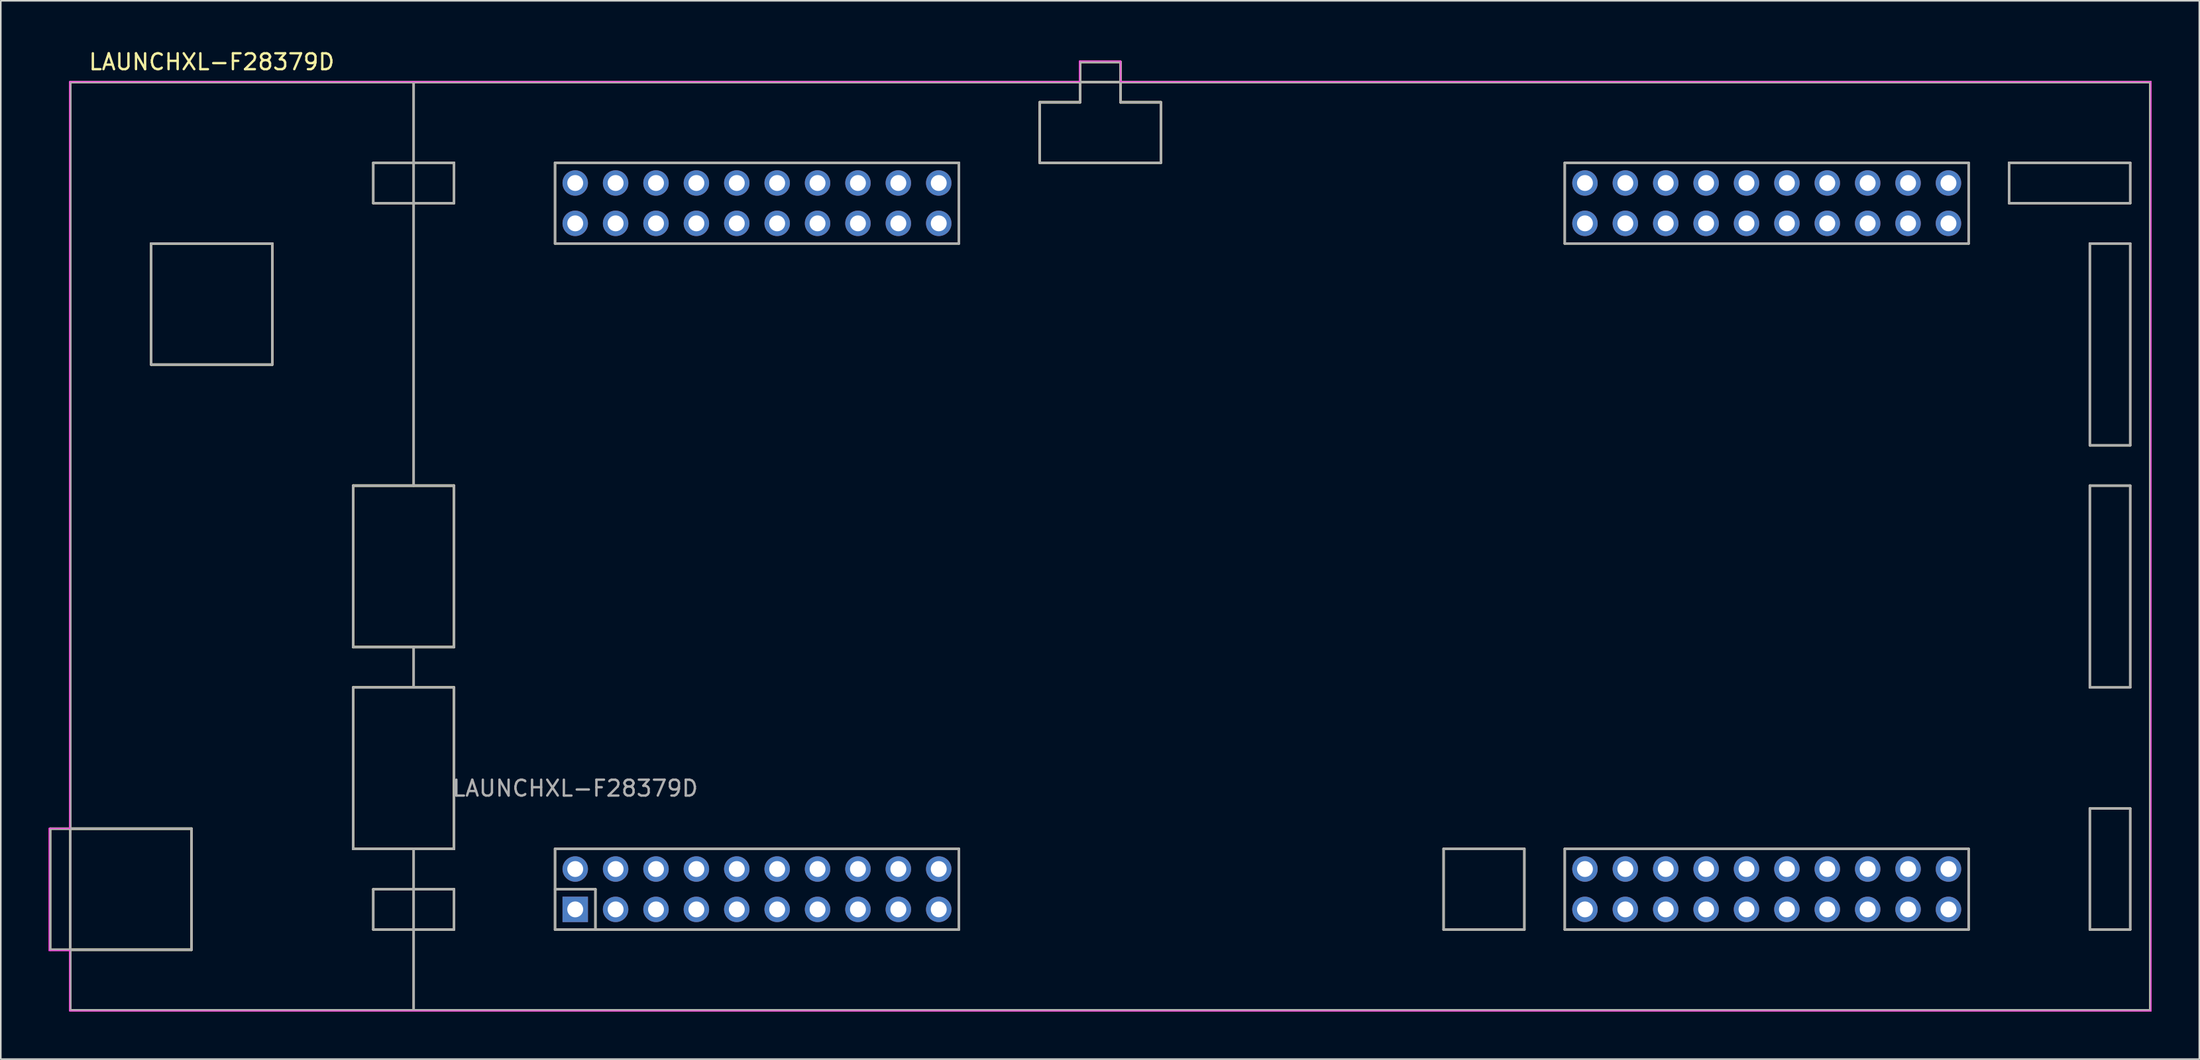
<source format=kicad_pcb>
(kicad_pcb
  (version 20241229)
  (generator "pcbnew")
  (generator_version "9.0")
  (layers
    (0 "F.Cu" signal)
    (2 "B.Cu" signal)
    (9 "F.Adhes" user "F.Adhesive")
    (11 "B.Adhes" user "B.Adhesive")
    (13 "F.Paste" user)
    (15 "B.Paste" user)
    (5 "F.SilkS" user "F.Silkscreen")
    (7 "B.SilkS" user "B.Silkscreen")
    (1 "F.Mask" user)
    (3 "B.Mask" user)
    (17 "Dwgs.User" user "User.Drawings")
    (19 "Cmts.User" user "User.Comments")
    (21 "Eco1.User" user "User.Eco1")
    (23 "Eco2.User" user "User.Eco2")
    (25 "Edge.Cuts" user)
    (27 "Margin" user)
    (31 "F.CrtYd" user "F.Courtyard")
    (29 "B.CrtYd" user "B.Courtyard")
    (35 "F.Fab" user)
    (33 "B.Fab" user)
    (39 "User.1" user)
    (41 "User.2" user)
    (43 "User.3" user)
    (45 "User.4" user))
  (footprint "LAUNCHXL-F28379D"
    (layer "F.Cu")
    (at 33.125 54.188)
    (property "Reference" "LAUNCHXL-F28379D" (at -22.86 -53.34 0) (layer "F.SilkS") (effects (font (size 1 1) (thickness 0.15))))
    (attr through_hole)
    (fp_line (start -33.02 -5.08) (end -33.02 2.54) (stroke (width 0.15) (type solid)) (layer "F.SilkS"))
    (fp_line (start -33.02 2.54) (end -31.75 2.54) (stroke (width 0.15) (type solid)) (layer "F.SilkS"))
    (fp_line (start -31.75 -52.07) (end 99.06 -52.07) (stroke (width 0.15) (type solid)) (layer "F.SilkS"))
    (fp_line (start -31.75 -52.07) (end 99.06 -52.07) (stroke (width 0.15) (type solid)) (layer "F.SilkS"))
    (fp_line (start -31.75 -5.08) (end -33.02 -5.08) (stroke (width 0.15) (type solid)) (layer "F.SilkS"))
    (fp_line (start -31.75 2.54) (end -24.13 2.54) (stroke (width 0.15) (type solid)) (layer "F.SilkS"))
    (fp_line (start -31.75 2.54) (end -24.13 2.54) (stroke (width 0.15) (type solid)) (layer "F.SilkS"))
    (fp_line (start -31.75 6.35) (end -31.75 -52.07) (stroke (width 0.15) (type solid)) (layer "F.SilkS"))
    (fp_line (start -31.75 6.35) (end -31.75 -52.07) (stroke (width 0.15) (type solid)) (layer "F.SilkS"))
    (fp_line (start -26.67 -41.91) (end -26.67 -34.29) (stroke (width 0.15) (type solid)) (layer "F.SilkS"))
    (fp_line (start -26.67 -41.91) (end -26.67 -34.29) (stroke (width 0.15) (type solid)) (layer "F.SilkS"))
    (fp_line (start -26.67 -34.29) (end -19.05 -34.29) (stroke (width 0.15) (type solid)) (layer "F.SilkS"))
    (fp_line (start -26.67 -34.29) (end -19.05 -34.29) (stroke (width 0.15) (type solid)) (layer "F.SilkS"))
    (fp_line (start -24.13 -5.08) (end -31.75 -5.08) (stroke (width 0.15) (type solid)) (layer "F.SilkS"))
    (fp_line (start -24.13 -5.08) (end -31.75 -5.08) (stroke (width 0.15) (type solid)) (layer "F.SilkS"))
    (fp_line (start -24.13 2.54) (end -24.13 -5.08) (stroke (width 0.15) (type solid)) (layer "F.SilkS"))
    (fp_line (start -24.13 2.54) (end -24.13 -5.08) (stroke (width 0.15) (type solid)) (layer "F.SilkS"))
    (fp_line (start -19.05 -41.91) (end -26.67 -41.91) (stroke (width 0.15) (type solid)) (layer "F.SilkS"))
    (fp_line (start -19.05 -41.91) (end -26.67 -41.91) (stroke (width 0.15) (type solid)) (layer "F.SilkS"))
    (fp_line (start -19.05 -34.29) (end -19.05 -41.91) (stroke (width 0.15) (type solid)) (layer "F.SilkS"))
    (fp_line (start -19.05 -34.29) (end -19.05 -41.91) (stroke (width 0.15) (type solid)) (layer "F.SilkS"))
    (fp_line (start -13.97 -26.67) (end -13.97 -16.51) (stroke (width 0.15) (type solid)) (layer "F.SilkS"))
    (fp_line (start -13.97 -26.67) (end -13.97 -16.51) (stroke (width 0.15) (type solid)) (layer "F.SilkS"))
    (fp_line (start -13.97 -16.51) (end -7.62 -16.51) (stroke (width 0.15) (type solid)) (layer "F.SilkS"))
    (fp_line (start -13.97 -16.51) (end -7.62 -16.51) (stroke (width 0.15) (type solid)) (layer "F.SilkS"))
    (fp_line (start -13.97 -13.97) (end -13.97 -3.81) (stroke (width 0.15) (type solid)) (layer "F.SilkS"))
    (fp_line (start -13.97 -13.97) (end -13.97 -3.81) (stroke (width 0.15) (type solid)) (layer "F.SilkS"))
    (fp_line (start -13.97 -3.81) (end -7.62 -3.81) (stroke (width 0.15) (type solid)) (layer "F.SilkS"))
    (fp_line (start -13.97 -3.81) (end -7.62 -3.81) (stroke (width 0.15) (type solid)) (layer "F.SilkS"))
    (fp_line (start -12.7 -46.99) (end -7.62 -46.99) (stroke (width 0.15) (type solid)) (layer "F.SilkS"))
    (fp_line (start -12.7 -44.45) (end -12.7 -46.99) (stroke (width 0.15) (type solid)) (layer "F.SilkS"))
    (fp_line (start -12.7 -1.27) (end -12.7 1.27) (stroke (width 0.15) (type solid)) (layer "F.SilkS"))
    (fp_line (start -12.7 1.27) (end -7.62 1.27) (stroke (width 0.15) (type solid)) (layer "F.SilkS"))
    (fp_line (start -10.16 -26.67) (end -10.16 -52.07) (stroke (width 0.15) (type solid)) (layer "F.SilkS"))
    (fp_line (start -10.16 -13.97) (end -10.16 -16.51) (stroke (width 0.15) (type solid)) (layer "F.SilkS"))
    (fp_line (start -10.16 6.35) (end -10.16 -3.81) (stroke (width 0.15) (type solid)) (layer "F.SilkS"))
    (fp_line (start -7.62 -46.99) (end -7.62 -44.45) (stroke (width 0.15) (type solid)) (layer "F.SilkS"))
    (fp_line (start -7.62 -44.45) (end -12.7 -44.45) (stroke (width 0.15) (type solid)) (layer "F.SilkS"))
    (fp_line (start -7.62 -26.67) (end -13.97 -26.67) (stroke (width 0.15) (type solid)) (layer "F.SilkS"))
    (fp_line (start -7.62 -26.67) (end -13.97 -26.67) (stroke (width 0.15) (type solid)) (layer "F.SilkS"))
    (fp_line (start -7.62 -16.51) (end -7.62 -26.67) (stroke (width 0.15) (type solid)) (layer "F.SilkS"))
    (fp_line (start -7.62 -16.51) (end -7.62 -26.67) (stroke (width 0.15) (type solid)) (layer "F.SilkS"))
    (fp_line (start -7.62 -13.97) (end -13.97 -13.97) (stroke (width 0.15) (type solid)) (layer "F.SilkS"))
    (fp_line (start -7.62 -13.97) (end -13.97 -13.97) (stroke (width 0.15) (type solid)) (layer "F.SilkS"))
    (fp_line (start -7.62 -3.81) (end -7.62 -13.97) (stroke (width 0.15) (type solid)) (layer "F.SilkS"))
    (fp_line (start -7.62 -3.81) (end -7.62 -13.97) (stroke (width 0.15) (type solid)) (layer "F.SilkS"))
    (fp_line (start -7.62 -1.27) (end -12.7 -1.27) (stroke (width 0.15) (type solid)) (layer "F.SilkS"))
    (fp_line (start -7.62 1.27) (end -7.62 -1.27) (stroke (width 0.15) (type solid)) (layer "F.SilkS"))
    (fp_line (start -1.27 -46.99) (end 24.13 -46.99) (stroke (width 0.15) (type solid)) (layer "F.SilkS"))
    (fp_line (start -1.27 -41.91) (end -1.27 -46.99) (stroke (width 0.15) (type solid)) (layer "F.SilkS"))
    (fp_line (start -1.27 -3.81) (end -1.27 1.27) (stroke (width 0.15) (type solid)) (layer "F.SilkS"))
    (fp_line (start -1.27 -1.27) (end 1.27 -1.27) (stroke (width 0.15) (type solid)) (layer "F.SilkS"))
    (fp_line (start -1.27 1.27) (end 24.13 1.27) (stroke (width 0.15) (type solid)) (layer "F.SilkS"))
    (fp_line (start 0 6.35) (end -31.75 6.35) (stroke (width 0.15) (type solid)) (layer "F.SilkS"))
    (fp_line (start 0 6.35) (end -31.75 6.35) (stroke (width 0.15) (type solid)) (layer "F.SilkS"))
    (fp_line (start 1.27 -1.27) (end 1.27 1.27) (stroke (width 0.15) (type solid)) (layer "F.SilkS"))
    (fp_line (start 24.13 -46.99) (end 24.13 -41.91) (stroke (width 0.15) (type solid)) (layer "F.SilkS"))
    (fp_line (start 24.13 -41.91) (end -1.27 -41.91) (stroke (width 0.15) (type solid)) (layer "F.SilkS"))
    (fp_line (start 24.13 -3.81) (end -1.27 -3.81) (stroke (width 0.15) (type solid)) (layer "F.SilkS"))
    (fp_line (start 24.13 1.27) (end 24.13 -3.81) (stroke (width 0.15) (type solid)) (layer "F.SilkS"))
    (fp_line (start 29.21 -50.8) (end 31.75 -50.8) (stroke (width 0.15) (type solid)) (layer "F.SilkS"))
    (fp_line (start 29.21 -50.8) (end 31.75 -50.8) (stroke (width 0.15) (type solid)) (layer "F.SilkS"))
    (fp_line (start 29.21 -46.99) (end 29.21 -50.8) (stroke (width 0.15) (type solid)) (layer "F.SilkS"))
    (fp_line (start 29.21 -46.99) (end 29.21 -50.8) (stroke (width 0.15) (type solid)) (layer "F.SilkS"))
    (fp_line (start 31.75 -53.34) (end 34.29 -53.34) (stroke (width 0.15) (type solid)) (layer "F.SilkS"))
    (fp_line (start 31.75 -53.34) (end 34.29 -53.34) (stroke (width 0.15) (type solid)) (layer "F.SilkS"))
    (fp_line (start 31.75 -50.8) (end 31.75 -53.34) (stroke (width 0.15) (type solid)) (layer "F.SilkS"))
    (fp_line (start 31.75 -50.8) (end 31.75 -53.34) (stroke (width 0.15) (type solid)) (layer "F.SilkS"))
    (fp_line (start 34.29 -53.34) (end 34.29 -50.8) (stroke (width 0.15) (type solid)) (layer "F.SilkS"))
    (fp_line (start 34.29 -53.34) (end 34.29 -50.8) (stroke (width 0.15) (type solid)) (layer "F.SilkS"))
    (fp_line (start 34.29 -50.8) (end 36.83 -50.8) (stroke (width 0.15) (type solid)) (layer "F.SilkS"))
    (fp_line (start 34.29 -50.8) (end 36.83 -50.8) (stroke (width 0.15) (type solid)) (layer "F.SilkS"))
    (fp_line (start 36.83 -50.8) (end 36.83 -46.99) (stroke (width 0.15) (type solid)) (layer "F.SilkS"))
    (fp_line (start 36.83 -50.8) (end 36.83 -46.99) (stroke (width 0.15) (type solid)) (layer "F.SilkS"))
    (fp_line (start 36.83 -46.99) (end 29.21 -46.99) (stroke (width 0.15) (type solid)) (layer "F.SilkS"))
    (fp_line (start 36.83 -46.99) (end 29.21 -46.99) (stroke (width 0.15) (type solid)) (layer "F.SilkS"))
    (fp_line (start 54.61 -3.81) (end 54.61 1.27) (stroke (width 0.15) (type solid)) (layer "F.SilkS"))
    (fp_line (start 54.61 1.27) (end 59.69 1.27) (stroke (width 0.15) (type solid)) (layer "F.SilkS"))
    (fp_line (start 59.69 -3.81) (end 54.61 -3.81) (stroke (width 0.15) (type solid)) (layer "F.SilkS"))
    (fp_line (start 59.69 1.27) (end 59.69 -3.81) (stroke (width 0.15) (type solid)) (layer "F.SilkS"))
    (fp_line (start 62.23 -46.99) (end 62.23 -41.91) (stroke (width 0.15) (type solid)) (layer "F.SilkS"))
    (fp_line (start 62.23 -41.91) (end 87.63 -41.91) (stroke (width 0.15) (type solid)) (layer "F.SilkS"))
    (fp_line (start 62.23 -3.81) (end 62.23 1.27) (stroke (width 0.15) (type solid)) (layer "F.SilkS"))
    (fp_line (start 62.23 1.27) (end 87.63 1.27) (stroke (width 0.15) (type solid)) (layer "F.SilkS"))
    (fp_line (start 87.63 -46.99) (end 62.23 -46.99) (stroke (width 0.15) (type solid)) (layer "F.SilkS"))
    (fp_line (start 87.63 -41.91) (end 87.63 -46.99) (stroke (width 0.15) (type solid)) (layer "F.SilkS"))
    (fp_line (start 87.63 -3.81) (end 62.23 -3.81) (stroke (width 0.15) (type solid)) (layer "F.SilkS"))
    (fp_line (start 87.63 1.27) (end 87.63 -3.81) (stroke (width 0.15) (type solid)) (layer "F.SilkS"))
    (fp_line (start 90.17 -46.99) (end 90.17 -44.45) (stroke (width 0.15) (type solid)) (layer "F.SilkS"))
    (fp_line (start 90.17 -44.45) (end 97.79 -44.45) (stroke (width 0.15) (type solid)) (layer "F.SilkS"))
    (fp_line (start 95.25 -41.91) (end 97.79 -41.91) (stroke (width 0.15) (type solid)) (layer "F.SilkS"))
    (fp_line (start 95.25 -29.21) (end 95.25 -41.91) (stroke (width 0.15) (type solid)) (layer "F.SilkS"))
    (fp_line (start 95.25 -26.67) (end 97.79 -26.67) (stroke (width 0.15) (type solid)) (layer "F.SilkS"))
    (fp_line (start 95.25 -13.97) (end 95.25 -26.67) (stroke (width 0.15) (type solid)) (layer "F.SilkS"))
    (fp_line (start 95.25 -6.35) (end 95.25 1.27) (stroke (width 0.15) (type solid)) (layer "F.SilkS"))
    (fp_line (start 95.25 1.27) (end 97.79 1.27) (stroke (width 0.15) (type solid)) (layer "F.SilkS"))
    (fp_line (start 97.79 -46.99) (end 90.17 -46.99) (stroke (width 0.15) (type solid)) (layer "F.SilkS"))
    (fp_line (start 97.79 -44.45) (end 97.79 -46.99) (stroke (width 0.15) (type solid)) (layer "F.SilkS"))
    (fp_line (start 97.79 -41.91) (end 97.79 -29.21) (stroke (width 0.15) (type solid)) (layer "F.SilkS"))
    (fp_line (start 97.79 -29.21) (end 95.25 -29.21) (stroke (width 0.15) (type solid)) (layer "F.SilkS"))
    (fp_line (start 97.79 -26.67) (end 97.79 -13.97) (stroke (width 0.15) (type solid)) (layer "F.SilkS"))
    (fp_line (start 97.79 -13.97) (end 95.25 -13.97) (stroke (width 0.15) (type solid)) (layer "F.SilkS"))
    (fp_line (start 97.79 -6.35) (end 95.25 -6.35) (stroke (width 0.15) (type solid)) (layer "F.SilkS"))
    (fp_line (start 97.79 1.27) (end 97.79 -6.35) (stroke (width 0.15) (type solid)) (layer "F.SilkS"))
    (fp_line (start 99.06 -52.07) (end 99.06 6.35) (stroke (width 0.15) (type solid)) (layer "F.SilkS"))
    (fp_line (start 99.06 -52.07) (end 99.06 6.35) (stroke (width 0.15) (type solid)) (layer "F.SilkS"))
    (fp_line (start 99.06 6.35) (end 0 6.35) (stroke (width 0.15) (type solid)) (layer "F.SilkS"))
    (fp_line (start 99.06 6.35) (end 0 6.35) (stroke (width 0.15) (type solid)) (layer "F.SilkS"))
    (fp_line (start -33.1 -5.1) (end -31.8 -5.1) (stroke (width 0.05) (type solid)) (layer "F.CrtYd"))
    (fp_line (start -33.1 2.6) (end -33.1 -5.1) (stroke (width 0.05) (type solid)) (layer "F.CrtYd"))
    (fp_line (start -31.8 -52.1) (end 31.7 -52.1) (stroke (width 0.05) (type solid)) (layer "F.CrtYd"))
    (fp_line (start -31.8 -5.1) (end -31.8 -52.1) (stroke (width 0.05) (type solid)) (layer "F.CrtYd"))
    (fp_line (start -31.8 2.6) (end -33.1 2.6) (stroke (width 0.05) (type solid)) (layer "F.CrtYd"))
    (fp_line (start -31.8 6.4) (end -31.8 2.6) (stroke (width 0.05) (type solid)) (layer "F.CrtYd"))
    (fp_line (start 31.7 -53.4) (end 34.3 -53.4) (stroke (width 0.05) (type solid)) (layer "F.CrtYd"))
    (fp_line (start 31.7 -52.1) (end 31.7 -53.4) (stroke (width 0.05) (type solid)) (layer "F.CrtYd"))
    (fp_line (start 34.3 -53.4) (end 34.3 -52.1) (stroke (width 0.05) (type solid)) (layer "F.CrtYd"))
    (fp_line (start 34.3 -52.1) (end 99.1 -52.1) (stroke (width 0.05) (type solid)) (layer "F.CrtYd"))
    (fp_line (start 99.1 -52.1) (end 99.1 6.4) (stroke (width 0.05) (type solid)) (layer "F.CrtYd"))
    (fp_line (start 99.1 6.4) (end -31.8 6.4) (stroke (width 0.05) (type solid)) (layer "F.CrtYd"))
    (fp_line (start -33.02 -5.08) (end -24.13 -5.08) (stroke (width 0.15) (type solid)) (layer "F.Fab"))
    (fp_line (start -33.02 2.54) (end -33.02 -5.08) (stroke (width 0.15) (type solid)) (layer "F.Fab"))
    (fp_line (start -31.75 -52.07) (end 99.06 -52.07) (stroke (width 0.15) (type solid)) (layer "F.Fab"))
    (fp_line (start -31.75 6.35) (end -31.75 -52.07) (stroke (width 0.15) (type solid)) (layer "F.Fab"))
    (fp_line (start -26.67 -41.91) (end -26.67 -34.29) (stroke (width 0.15) (type solid)) (layer "F.Fab"))
    (fp_line (start -26.67 -34.29) (end -19.05 -34.29) (stroke (width 0.15) (type solid)) (layer "F.Fab"))
    (fp_line (start -24.13 -5.08) (end -24.13 2.54) (stroke (width 0.15) (type solid)) (layer "F.Fab"))
    (fp_line (start -24.13 2.54) (end -33.02 2.54) (stroke (width 0.15) (type solid)) (layer "F.Fab"))
    (fp_line (start -19.05 -41.91) (end -26.67 -41.91) (stroke (width 0.15) (type solid)) (layer "F.Fab"))
    (fp_line (start -19.05 -34.29) (end -19.05 -41.91) (stroke (width 0.15) (type solid)) (layer "F.Fab"))
    (fp_line (start -13.97 -26.67) (end -13.97 -16.51) (stroke (width 0.15) (type solid)) (layer "F.Fab"))
    (fp_line (start -13.97 -16.51) (end -7.62 -16.51) (stroke (width 0.15) (type solid)) (layer "F.Fab"))
    (fp_line (start -13.97 -13.97) (end -13.97 -3.81) (stroke (width 0.15) (type solid)) (layer "F.Fab"))
    (fp_line (start -13.97 -3.81) (end -7.62 -3.81) (stroke (width 0.15) (type solid)) (layer "F.Fab"))
    (fp_line (start -12.7 -46.99) (end -7.62 -46.99) (stroke (width 0.15) (type solid)) (layer "F.Fab"))
    (fp_line (start -12.7 -44.45) (end -12.7 -46.99) (stroke (width 0.15) (type solid)) (layer "F.Fab"))
    (fp_line (start -12.7 -1.27) (end -12.7 1.27) (stroke (width 0.15) (type solid)) (layer "F.Fab"))
    (fp_line (start -12.7 1.27) (end -7.62 1.27) (stroke (width 0.15) (type solid)) (layer "F.Fab"))
    (fp_line (start -10.16 -26.67) (end -10.16 -52.07) (stroke (width 0.15) (type solid)) (layer "F.Fab"))
    (fp_line (start -10.16 -16.51) (end -10.16 -13.97) (stroke (width 0.15) (type solid)) (layer "F.Fab"))
    (fp_line (start -10.16 -3.81) (end -10.16 6.35) (stroke (width 0.15) (type solid)) (layer "F.Fab"))
    (fp_line (start -7.62 -46.99) (end -7.62 -44.45) (stroke (width 0.15) (type solid)) (layer "F.Fab"))
    (fp_line (start -7.62 -44.45) (end -12.7 -44.45) (stroke (width 0.15) (type solid)) (layer "F.Fab"))
    (fp_line (start -7.62 -26.67) (end -13.97 -26.67) (stroke (width 0.15) (type solid)) (layer "F.Fab"))
    (fp_line (start -7.62 -16.51) (end -7.62 -26.67) (stroke (width 0.15) (type solid)) (layer "F.Fab"))
    (fp_line (start -7.62 -13.97) (end -13.97 -13.97) (stroke (width 0.15) (type solid)) (layer "F.Fab"))
    (fp_line (start -7.62 -3.81) (end -7.62 -13.97) (stroke (width 0.15) (type solid)) (layer "F.Fab"))
    (fp_line (start -7.62 -1.27) (end -12.7 -1.27) (stroke (width 0.15) (type solid)) (layer "F.Fab"))
    (fp_line (start -7.62 1.27) (end -7.62 -1.27) (stroke (width 0.15) (type solid)) (layer "F.Fab"))
    (fp_line (start -1.27 -46.99) (end -1.27 -41.91) (stroke (width 0.15) (type solid)) (layer "F.Fab"))
    (fp_line (start -1.27 -41.91) (end 24.13 -41.91) (stroke (width 0.15) (type solid)) (layer "F.Fab"))
    (fp_line (start -1.27 -3.81) (end -1.27 1.27) (stroke (width 0.15) (type solid)) (layer "F.Fab"))
    (fp_line (start -1.27 -1.27) (end 1.27 -1.27) (stroke (width 0.15) (type solid)) (layer "F.Fab"))
    (fp_line (start -1.27 1.27) (end 24.13 1.27) (stroke (width 0.15) (type solid)) (layer "F.Fab"))
    (fp_line (start 1.27 -1.27) (end 1.27 1.27) (stroke (width 0.15) (type solid)) (layer "F.Fab"))
    (fp_line (start 24.13 -46.99) (end -1.27 -46.99) (stroke (width 0.15) (type solid)) (layer "F.Fab"))
    (fp_line (start 24.13 -41.91) (end 24.13 -46.99) (stroke (width 0.15) (type solid)) (layer "F.Fab"))
    (fp_line (start 24.13 -3.81) (end -1.27 -3.81) (stroke (width 0.15) (type solid)) (layer "F.Fab"))
    (fp_line (start 24.13 1.27) (end 24.13 -3.81) (stroke (width 0.15) (type solid)) (layer "F.Fab"))
    (fp_line (start 29.21 -50.8) (end 29.21 -46.99) (stroke (width 0.15) (type solid)) (layer "F.Fab"))
    (fp_line (start 29.21 -46.99) (end 36.83 -46.99) (stroke (width 0.15) (type solid)) (layer "F.Fab"))
    (fp_line (start 31.75 -53.34) (end 31.75 -50.8) (stroke (width 0.15) (type solid)) (layer "F.Fab"))
    (fp_line (start 31.75 -50.8) (end 29.21 -50.8) (stroke (width 0.15) (type solid)) (layer "F.Fab"))
    (fp_line (start 34.29 -53.34) (end 31.75 -53.34) (stroke (width 0.15) (type solid)) (layer "F.Fab"))
    (fp_line (start 34.29 -50.8) (end 34.29 -53.34) (stroke (width 0.15) (type solid)) (layer "F.Fab"))
    (fp_line (start 36.83 -50.8) (end 34.29 -50.8) (stroke (width 0.15) (type solid)) (layer "F.Fab"))
    (fp_line (start 36.83 -46.99) (end 36.83 -50.8) (stroke (width 0.15) (type solid)) (layer "F.Fab"))
    (fp_line (start 54.61 -3.81) (end 59.69 -3.81) (stroke (width 0.15) (type solid)) (layer "F.Fab"))
    (fp_line (start 54.61 1.27) (end 54.61 -3.81) (stroke (width 0.15) (type solid)) (layer "F.Fab"))
    (fp_line (start 59.69 -3.81) (end 59.69 1.27) (stroke (width 0.15) (type solid)) (layer "F.Fab"))
    (fp_line (start 59.69 1.27) (end 54.61 1.27) (stroke (width 0.15) (type solid)) (layer "F.Fab"))
    (fp_line (start 62.23 -46.99) (end 62.23 -41.91) (stroke (width 0.15) (type solid)) (layer "F.Fab"))
    (fp_line (start 62.23 -41.91) (end 87.63 -41.91) (stroke (width 0.15) (type solid)) (layer "F.Fab"))
    (fp_line (start 62.23 -3.81) (end 87.63 -3.81) (stroke (width 0.15) (type solid)) (layer "F.Fab"))
    (fp_line (start 62.23 1.27) (end 62.23 -3.81) (stroke (width 0.15) (type solid)) (layer "F.Fab"))
    (fp_line (start 87.63 -46.99) (end 62.23 -46.99) (stroke (width 0.15) (type solid)) (layer "F.Fab"))
    (fp_line (start 87.63 -41.91) (end 87.63 -46.99) (stroke (width 0.15) (type solid)) (layer "F.Fab"))
    (fp_line (start 87.63 -3.81) (end 87.63 1.27) (stroke (width 0.15) (type solid)) (layer "F.Fab"))
    (fp_line (start 87.63 1.27) (end 62.23 1.27) (stroke (width 0.15) (type solid)) (layer "F.Fab"))
    (fp_line (start 90.17 -46.99) (end 90.17 -44.45) (stroke (width 0.15) (type solid)) (layer "F.Fab"))
    (fp_line (start 90.17 -44.45) (end 97.79 -44.45) (stroke (width 0.15) (type solid)) (layer "F.Fab"))
    (fp_line (start 95.25 -41.91) (end 95.25 -29.21) (stroke (width 0.15) (type solid)) (layer "F.Fab"))
    (fp_line (start 95.25 -29.21) (end 97.79 -29.21) (stroke (width 0.15) (type solid)) (layer "F.Fab"))
    (fp_line (start 95.25 -26.67) (end 95.25 -13.97) (stroke (width 0.15) (type solid)) (layer "F.Fab"))
    (fp_line (start 95.25 -13.97) (end 97.79 -13.97) (stroke (width 0.15) (type solid)) (layer "F.Fab"))
    (fp_line (start 95.25 -6.35) (end 95.25 1.27) (stroke (width 0.15) (type solid)) (layer "F.Fab"))
    (fp_line (start 95.25 1.27) (end 97.79 1.27) (stroke (width 0.15) (type solid)) (layer "F.Fab"))
    (fp_line (start 97.79 -46.99) (end 90.17 -46.99) (stroke (width 0.15) (type solid)) (layer "F.Fab"))
    (fp_line (start 97.79 -44.45) (end 97.79 -46.99) (stroke (width 0.15) (type solid)) (layer "F.Fab"))
    (fp_line (start 97.79 -41.91) (end 95.25 -41.91) (stroke (width 0.15) (type solid)) (layer "F.Fab"))
    (fp_line (start 97.79 -29.21) (end 97.79 -41.91) (stroke (width 0.15) (type solid)) (layer "F.Fab"))
    (fp_line (start 97.79 -26.67) (end 95.25 -26.67) (stroke (width 0.15) (type solid)) (layer "F.Fab"))
    (fp_line (start 97.79 -13.97) (end 97.79 -26.67) (stroke (width 0.15) (type solid)) (layer "F.Fab"))
    (fp_line (start 97.79 -6.35) (end 95.25 -6.35) (stroke (width 0.15) (type solid)) (layer "F.Fab"))
    (fp_line (start 97.79 1.27) (end 97.79 -6.35) (stroke (width 0.15) (type solid)) (layer "F.Fab"))
    (fp_line (start 99.06 -52.07) (end 99.06 6.35) (stroke (width 0.15) (type solid)) (layer "F.Fab"))
    (fp_line (start 99.06 6.35) (end -31.75 6.35) (stroke (width 0.15) (type solid)) (layer "F.Fab"))
    (fp_text user "${REFERENCE}" (at 0 -7.62 0) (layer "F.Fab") (effects (font (size 1 1) (thickness 0.15))))
    (pad "1" thru_hole rect (at 0 0) (size 1.6 1.6) (drill 1) (layers "*.Cu" "*.Mask"))
    (pad "2" thru_hole circle (at 2.54 0) (size 1.6 1.6) (drill 1) (layers "*.Cu" "*.Mask"))
    (pad "3" thru_hole circle (at 5.08 0) (size 1.6 1.6) (drill 1) (layers "*.Cu" "*.Mask"))
    (pad "4" thru_hole circle (at 7.62 0) (size 1.6 1.6) (drill 1) (layers "*.Cu" "*.Mask"))
    (pad "5" thru_hole circle (at 10.16 0) (size 1.6 1.6) (drill 1) (layers "*.Cu" "*.Mask"))
    (pad "6" thru_hole circle (at 12.7 0) (size 1.6 1.6) (drill 1) (layers "*.Cu" "*.Mask"))
    (pad "7" thru_hole circle (at 15.24 0) (size 1.6 1.6) (drill 1) (layers "*.Cu" "*.Mask"))
    (pad "8" thru_hole circle (at 17.78 0) (size 1.6 1.6) (drill 1) (layers "*.Cu" "*.Mask"))
    (pad "9" thru_hole circle (at 20.32 0) (size 1.6 1.6) (drill 1) (layers "*.Cu" "*.Mask"))
    (pad "10" thru_hole circle (at 22.86 0) (size 1.6 1.6) (drill 1) (layers "*.Cu" "*.Mask"))
    (pad "11" thru_hole circle (at 22.86 -45.72) (size 1.6 1.6) (drill 1) (layers "*.Cu" "*.Mask"))
    (pad "12" thru_hole circle (at 20.32 -45.72) (size 1.6 1.6) (drill 1) (layers "*.Cu" "*.Mask"))
    (pad "13" thru_hole circle (at 17.78 -45.72) (size 1.6 1.6) (drill 1) (layers "*.Cu" "*.Mask"))
    (pad "14" thru_hole circle (at 15.24 -45.72) (size 1.6 1.6) (drill 1) (layers "*.Cu" "*.Mask"))
    (pad "15" thru_hole circle (at 12.7 -45.72) (size 1.6 1.6) (drill 1) (layers "*.Cu" "*.Mask"))
    (pad "16" thru_hole circle (at 10.16 -45.72) (size 1.6 1.6) (drill 1) (layers "*.Cu" "*.Mask"))
    (pad "17" thru_hole circle (at 7.62 -45.72) (size 1.6 1.6) (drill 1) (layers "*.Cu" "*.Mask"))
    (pad "18" thru_hole circle (at 5.08 -45.72) (size 1.6 1.6) (drill 1) (layers "*.Cu" "*.Mask"))
    (pad "19" thru_hole circle (at 2.54 -45.72) (size 1.6 1.6) (drill 1) (layers "*.Cu" "*.Mask"))
    (pad "20" thru_hole circle (at 0 -45.72) (size 1.6 1.6) (drill 1) (layers "*.Cu" "*.Mask"))
    (pad "21" thru_hole circle (at 0 -2.54) (size 1.6 1.6) (drill 1) (layers "*.Cu" "*.Mask"))
    (pad "22" thru_hole circle (at 2.54 -2.54) (size 1.6 1.6) (drill 1) (layers "*.Cu" "*.Mask"))
    (pad "23" thru_hole circle (at 5.08 -2.54) (size 1.6 1.6) (drill 1) (layers "*.Cu" "*.Mask"))
    (pad "24" thru_hole circle (at 7.62 -2.54) (size 1.6 1.6) (drill 1) (layers "*.Cu" "*.Mask"))
    (pad "25" thru_hole circle (at 10.16 -2.54) (size 1.6 1.6) (drill 1) (layers "*.Cu" "*.Mask"))
    (pad "26" thru_hole circle (at 12.7 -2.54) (size 1.6 1.6) (drill 1) (layers "*.Cu" "*.Mask"))
    (pad "27" thru_hole circle (at 15.24 -2.54) (size 1.6 1.6) (drill 1) (layers "*.Cu" "*.Mask"))
    (pad "28" thru_hole circle (at 17.78 -2.54) (size 1.6 1.6) (drill 1) (layers "*.Cu" "*.Mask"))
    (pad "29" thru_hole circle (at 20.32 -2.54) (size 1.6 1.6) (drill 1) (layers "*.Cu" "*.Mask"))
    (pad "30" thru_hole circle (at 22.86 -2.54) (size 1.6 1.6) (drill 1) (layers "*.Cu" "*.Mask"))
    (pad "31" thru_hole circle (at 22.86 -43.18) (size 1.6 1.6) (drill 1) (layers "*.Cu" "*.Mask"))
    (pad "32" thru_hole circle (at 20.32 -43.18) (size 1.6 1.6) (drill 1) (layers "*.Cu" "*.Mask"))
    (pad "33" thru_hole circle (at 17.78 -43.18) (size 1.6 1.6) (drill 1) (layers "*.Cu" "*.Mask"))
    (pad "34" thru_hole circle (at 15.24 -43.18) (size 1.6 1.6) (drill 1) (layers "*.Cu" "*.Mask"))
    (pad "35" thru_hole circle (at 12.7 -43.18) (size 1.6 1.6) (drill 1) (layers "*.Cu" "*.Mask"))
    (pad "36" thru_hole circle (at 10.16 -43.18) (size 1.6 1.6) (drill 1) (layers "*.Cu" "*.Mask"))
    (pad "37" thru_hole circle (at 7.62 -43.18) (size 1.6 1.6) (drill 1) (layers "*.Cu" "*.Mask"))
    (pad "38" thru_hole circle (at 5.08 -43.18) (size 1.6 1.6) (drill 1) (layers "*.Cu" "*.Mask"))
    (pad "39" thru_hole circle (at 2.54 -43.18) (size 1.6 1.6) (drill 1) (layers "*.Cu" "*.Mask"))
    (pad "40" thru_hole circle (at 0 -43.18) (size 1.6 1.6) (drill 1) (layers "*.Cu" "*.Mask"))
    (pad "41" thru_hole circle (at 63.5 0) (size 1.6 1.6) (drill 1) (layers "*.Cu" "*.Mask"))
    (pad "42" thru_hole circle (at 66.04 0) (size 1.6 1.6) (drill 1) (layers "*.Cu" "*.Mask"))
    (pad "43" thru_hole circle (at 68.58 0) (size 1.6 1.6) (drill 1) (layers "*.Cu" "*.Mask"))
    (pad "44" thru_hole circle (at 71.12 0) (size 1.6 1.6) (drill 1) (layers "*.Cu" "*.Mask"))
    (pad "45" thru_hole circle (at 73.66 0) (size 1.6 1.6) (drill 1) (layers "*.Cu" "*.Mask"))
    (pad "46" thru_hole circle (at 76.2 0) (size 1.6 1.6) (drill 1) (layers "*.Cu" "*.Mask"))
    (pad "47" thru_hole circle (at 78.74 0) (size 1.6 1.6) (drill 1) (layers "*.Cu" "*.Mask"))
    (pad "48" thru_hole circle (at 81.28 0) (size 1.6 1.6) (drill 1) (layers "*.Cu" "*.Mask"))
    (pad "49" thru_hole circle (at 83.82 0) (size 1.6 1.6) (drill 1) (layers "*.Cu" "*.Mask"))
    (pad "50" thru_hole circle (at 86.36 0) (size 1.6 1.6) (drill 1) (layers "*.Cu" "*.Mask"))
    (pad "51" thru_hole circle (at 86.36 -45.72) (size 1.6 1.6) (drill 1) (layers "*.Cu" "*.Mask"))
    (pad "52" thru_hole circle (at 83.82 -45.72) (size 1.6 1.6) (drill 1) (layers "*.Cu" "*.Mask"))
    (pad "53" thru_hole circle (at 81.28 -45.72) (size 1.6 1.6) (drill 1) (layers "*.Cu" "*.Mask"))
    (pad "54" thru_hole circle (at 78.74 -45.72) (size 1.6 1.6) (drill 1) (layers "*.Cu" "*.Mask"))
    (pad "55" thru_hole circle (at 76.2 -45.72) (size 1.6 1.6) (drill 1) (layers "*.Cu" "*.Mask"))
    (pad "56" thru_hole circle (at 73.66 -45.72) (size 1.6 1.6) (drill 1) (layers "*.Cu" "*.Mask"))
    (pad "57" thru_hole circle (at 71.12 -45.72) (size 1.6 1.6) (drill 1) (layers "*.Cu" "*.Mask"))
    (pad "58" thru_hole circle (at 68.58 -45.72) (size 1.6 1.6) (drill 1) (layers "*.Cu" "*.Mask"))
    (pad "59" thru_hole circle (at 66.04 -45.72) (size 1.6 1.6) (drill 1) (layers "*.Cu" "*.Mask"))
    (pad "60" thru_hole circle (at 63.5 -45.72) (size 1.6 1.6) (drill 1) (layers "*.Cu" "*.Mask"))
    (pad "61" thru_hole circle (at 63.5 -2.54) (size 1.6 1.6) (drill 1) (layers "*.Cu" "*.Mask"))
    (pad "62" thru_hole circle (at 66.04 -2.54) (size 1.6 1.6) (drill 1) (layers "*.Cu" "*.Mask"))
    (pad "63" thru_hole circle (at 68.58 -2.54) (size 1.6 1.6) (drill 1) (layers "*.Cu" "*.Mask"))
    (pad "64" thru_hole circle (at 71.12 -2.54) (size 1.6 1.6) (drill 1) (layers "*.Cu" "*.Mask"))
    (pad "65" thru_hole circle (at 73.66 -2.54) (size 1.6 1.6) (drill 1) (layers "*.Cu" "*.Mask"))
    (pad "66" thru_hole circle (at 76.2 -2.54) (size 1.6 1.6) (drill 1) (layers "*.Cu" "*.Mask"))
    (pad "67" thru_hole circle (at 78.74 -2.54) (size 1.6 1.6) (drill 1) (layers "*.Cu" "*.Mask"))
    (pad "68" thru_hole circle (at 81.28 -2.54) (size 1.6 1.6) (drill 1) (layers "*.Cu" "*.Mask"))
    (pad "69" thru_hole circle (at 83.82 -2.54) (size 1.6 1.6) (drill 1) (layers "*.Cu" "*.Mask"))
    (pad "70" thru_hole circle (at 86.36 -2.54) (size 1.6 1.6) (drill 1) (layers "*.Cu" "*.Mask"))
    (pad "71" thru_hole circle (at 86.36 -43.18) (size 1.6 1.6) (drill 1) (layers "*.Cu" "*.Mask"))
    (pad "72" thru_hole circle (at 83.82 -43.18) (size 1.6 1.6) (drill 1) (layers "*.Cu" "*.Mask"))
    (pad "73" thru_hole circle (at 81.28 -43.18) (size 1.6 1.6) (drill 1) (layers "*.Cu" "*.Mask"))
    (pad "74" thru_hole circle (at 78.74 -43.18) (size 1.6 1.6) (drill 1) (layers "*.Cu" "*.Mask"))
    (pad "75" thru_hole circle (at 76.2 -43.18) (size 1.6 1.6) (drill 1) (layers "*.Cu" "*.Mask"))
    (pad "76" thru_hole circle (at 73.66 -43.18) (size 1.6 1.6) (drill 1) (layers "*.Cu" "*.Mask"))
    (pad "77" thru_hole circle (at 71.12 -43.18) (size 1.6 1.6) (drill 1) (layers "*.Cu" "*.Mask"))
    (pad "78" thru_hole circle (at 68.58 -43.18) (size 1.6 1.6) (drill 1) (layers "*.Cu" "*.Mask"))
    (pad "79" thru_hole circle (at 66.04 -43.18) (size 1.6 1.6) (drill 1) (layers "*.Cu" "*.Mask"))
    (pad "80" thru_hole circle (at 63.5 -43.18) (size 1.6 1.6) (drill 1) (layers "*.Cu" "*.Mask")))
  (gr_rect
    (start -3 -3)
    (end 135.26 63.613)
    (stroke (width 0.1) (type default))
    (fill no)
    (layer "Edge.Cuts")))
</source>
